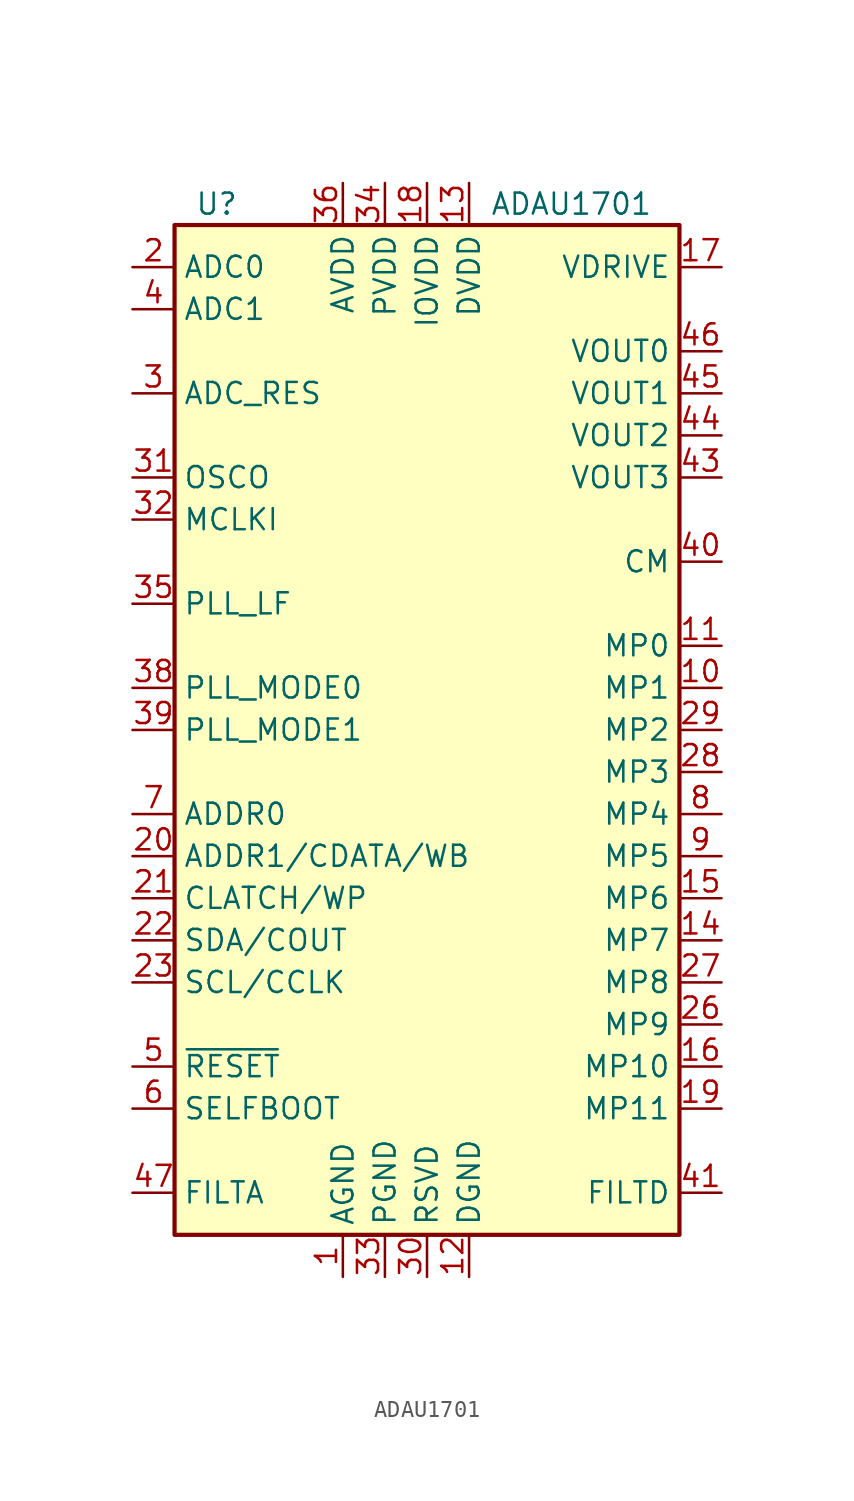
<source format=kicad_sym>
(kicad_symbol_lib
  (version 20241209)
  (generator "kicad_symbol_editor")
  (generator_version "9.0")
  (symbol "ADAU1701"
    (property "Reference" "U"
      (at -12.7 31.75 0)
      (effects (font (size 1.27 1.27))))
    (property "Value" "ADAU1701"
      (at 3.81 31.75 0)
      (effects (font (size 1.27 1.27)) (justify left)))
    (symbol "ADAU1701_0_1"
      (rectangle (start -15.24 30.48) (end 15.24 -30.48) (stroke (width 0.254) (type default)) (fill (type background))))
    (symbol "ADAU1701_1_1"
      (pin input line (at -17.78 27.94 0) (length 2.54) (name "ADC0" (effects (font (size 1.27 1.27)))) (number "2" (effects (font (size 1.27 1.27)))))
      (pin input line (at -17.78 25.4 0) (length 2.54) (name "ADC1" (effects (font (size 1.27 1.27)))) (number "4" (effects (font (size 1.27 1.27)))))
      (pin passive line (at -17.78 20.32 0) (length 2.54) (name "ADC_RES" (effects (font (size 1.27 1.27)))) (number "3" (effects (font (size 1.27 1.27)))))
      (pin passive line (at -17.78 15.24 0) (length 2.54) (name "OSCO" (effects (font (size 1.27 1.27)))) (number "31" (effects (font (size 1.27 1.27)))))
      (pin passive line (at -17.78 12.7 0) (length 2.54) (name "MCLKI" (effects (font (size 1.27 1.27)))) (number "32" (effects (font (size 1.27 1.27)))))
      (pin passive line (at -17.78 7.62 0) (length 2.54) (name "PLL_LF" (effects (font (size 1.27 1.27)))) (number "35" (effects (font (size 1.27 1.27)))))
      (pin input line (at -17.78 2.54 0) (length 2.54) (name "PLL_MODE0" (effects (font (size 1.27 1.27)))) (number "38" (effects (font (size 1.27 1.27)))))
      (pin input line (at -17.78 0 0) (length 2.54) (name "PLL_MODE1" (effects (font (size 1.27 1.27)))) (number "39" (effects (font (size 1.27 1.27)))))
      (pin input line (at -17.78 -5.08 0) (length 2.54) (name "ADDR0" (effects (font (size 1.27 1.27)))) (number "7" (effects (font (size 1.27 1.27)))))
      (pin input line (at -17.78 -7.62 0) (length 2.54) (name "ADDR1/CDATA/WB" (effects (font (size 1.27 1.27)))) (number "20" (effects (font (size 1.27 1.27)))))
      (pin bidirectional line (at -17.78 -10.16 0) (length 2.54) (name "CLATCH/WP" (effects (font (size 1.27 1.27)))) (number "21" (effects (font (size 1.27 1.27)))))
      (pin bidirectional line (at -17.78 -12.7 0) (length 2.54) (name "SDA/COUT" (effects (font (size 1.27 1.27)))) (number "22" (effects (font (size 1.27 1.27)))))
      (pin bidirectional line (at -17.78 -15.24 0) (length 2.54) (name "SCL/CCLK" (effects (font (size 1.27 1.27)))) (number "23" (effects (font (size 1.27 1.27)))))
      (pin input line (at -17.78 -20.32 0) (length 2.54) (name "~{RESET}" (effects (font (size 1.27 1.27)))) (number "5" (effects (font (size 1.27 1.27)))))
      (pin input line (at -17.78 -22.86 0) (length 2.54) (name "SELFBOOT" (effects (font (size 1.27 1.27)))) (number "6" (effects (font (size 1.27 1.27)))))
      (pin output line (at -17.78 -27.94 0) (length 2.54) (name "FILTA" (effects (font (size 1.27 1.27)))) (number "47" (effects (font (size 1.27 1.27)))))
      (pin power_in line (at -5.08 33.02 270) (length 2.54) (name "AVDD" (effects (font (size 1.27 1.27)))) (number "36" (effects (font (size 1.27 1.27)))))
      (pin passive line (at -5.08 33.02 270) (length 2.54) (hide yes) (name "AVDD" (effects (font (size 1.27 1.27)))) (number "48" (effects (font (size 1.27 1.27)))))
      (pin power_in line (at -5.08 -33.02 90) (length 2.54) (name "AGND" (effects (font (size 1.27 1.27)))) (number "1" (effects (font (size 1.27 1.27)))))
      (pin passive line (at -5.08 -33.02 90) (length 2.54) (hide yes) (name "AGND" (effects (font (size 1.27 1.27)))) (number "37" (effects (font (size 1.27 1.27)))))
      (pin passive line (at -5.08 -33.02 90) (length 2.54) (hide yes) (name "AGND" (effects (font (size 1.27 1.27)))) (number "42" (effects (font (size 1.27 1.27)))))
      (pin power_in line (at -2.54 33.02 270) (length 2.54) (name "PVDD" (effects (font (size 1.27 1.27)))) (number "34" (effects (font (size 1.27 1.27)))))
      (pin power_in line (at -2.54 -33.02 90) (length 2.54) (name "PGND" (effects (font (size 1.27 1.27)))) (number "33" (effects (font (size 1.27 1.27)))))
      (pin power_in line (at 0 33.02 270) (length 2.54) (name "IOVDD" (effects (font (size 1.27 1.27)))) (number "18" (effects (font (size 1.27 1.27)))))
      (pin passive line (at 0 -33.02 90) (length 2.54) (name "RSVD" (effects (font (size 1.27 1.27)))) (number "30" (effects (font (size 1.27 1.27)))))
      (pin power_in line (at 2.54 33.02 270) (length 2.54) (name "DVDD" (effects (font (size 1.27 1.27)))) (number "13" (effects (font (size 1.27 1.27)))))
      (pin passive line (at 2.54 33.02 270) (length 2.54) (hide yes) (name "DVDD" (effects (font (size 1.27 1.27)))) (number "24" (effects (font (size 1.27 1.27)))))
      (pin power_in line (at 2.54 -33.02 90) (length 2.54) (name "DGND" (effects (font (size 1.27 1.27)))) (number "12" (effects (font (size 1.27 1.27)))))
      (pin passive line (at 2.54 -33.02 90) (length 2.54) (hide yes) (name "DGND" (effects (font (size 1.27 1.27)))) (number "25" (effects (font (size 1.27 1.27)))))
      (pin output line (at 17.78 27.94 180) (length 2.54) (name "VDRIVE" (effects (font (size 1.27 1.27)))) (number "17" (effects (font (size 1.27 1.27)))))
      (pin output line (at 17.78 22.86 180) (length 2.54) (name "VOUT0" (effects (font (size 1.27 1.27)))) (number "46" (effects (font (size 1.27 1.27)))))
      (pin output line (at 17.78 20.32 180) (length 2.54) (name "VOUT1" (effects (font (size 1.27 1.27)))) (number "45" (effects (font (size 1.27 1.27)))))
      (pin output line (at 17.78 17.78 180) (length 2.54) (name "VOUT2" (effects (font (size 1.27 1.27)))) (number "44" (effects (font (size 1.27 1.27)))))
      (pin output line (at 17.78 15.24 180) (length 2.54) (name "VOUT3" (effects (font (size 1.27 1.27)))) (number "43" (effects (font (size 1.27 1.27)))))
      (pin output line (at 17.78 10.16 180) (length 2.54) (name "CM" (effects (font (size 1.27 1.27)))) (number "40" (effects (font (size 1.27 1.27)))))
      (pin bidirectional line (at 17.78 5.08 180) (length 2.54) (name "MP0" (effects (font (size 1.27 1.27)))) (number "11" (effects (font (size 1.27 1.27)))))
      (pin bidirectional line (at 17.78 2.54 180) (length 2.54) (name "MP1" (effects (font (size 1.27 1.27)))) (number "10" (effects (font (size 1.27 1.27)))))
      (pin bidirectional line (at 17.78 0 180) (length 2.54) (name "MP2" (effects (font (size 1.27 1.27)))) (number "29" (effects (font (size 1.27 1.27)))))
      (pin bidirectional line (at 17.78 -2.54 180) (length 2.54) (name "MP3" (effects (font (size 1.27 1.27)))) (number "28" (effects (font (size 1.27 1.27)))))
      (pin bidirectional line (at 17.78 -5.08 180) (length 2.54) (name "MP4" (effects (font (size 1.27 1.27)))) (number "8" (effects (font (size 1.27 1.27)))))
      (pin bidirectional line (at 17.78 -7.62 180) (length 2.54) (name "MP5" (effects (font (size 1.27 1.27)))) (number "9" (effects (font (size 1.27 1.27)))))
      (pin bidirectional line (at 17.78 -10.16 180) (length 2.54) (name "MP6" (effects (font (size 1.27 1.27)))) (number "15" (effects (font (size 1.27 1.27)))))
      (pin bidirectional line (at 17.78 -12.7 180) (length 2.54) (name "MP7" (effects (font (size 1.27 1.27)))) (number "14" (effects (font (size 1.27 1.27)))))
      (pin bidirectional line (at 17.78 -15.24 180) (length 2.54) (name "MP8" (effects (font (size 1.27 1.27)))) (number "27" (effects (font (size 1.27 1.27)))))
      (pin bidirectional line (at 17.78 -17.78 180) (length 2.54) (name "MP9" (effects (font (size 1.27 1.27)))) (number "26" (effects (font (size 1.27 1.27)))))
      (pin bidirectional line (at 17.78 -20.32 180) (length 2.54) (name "MP10" (effects (font (size 1.27 1.27)))) (number "16" (effects (font (size 1.27 1.27)))))
      (pin bidirectional line (at 17.78 -22.86 180) (length 2.54) (name "MP11" (effects (font (size 1.27 1.27)))) (number "19" (effects (font (size 1.27 1.27)))))
      (pin output line (at 17.78 -27.94 180) (length 2.54) (name "FILTD" (effects (font (size 1.27 1.27)))) (number "41" (effects (font (size 1.27 1.27))))))))
</source>
